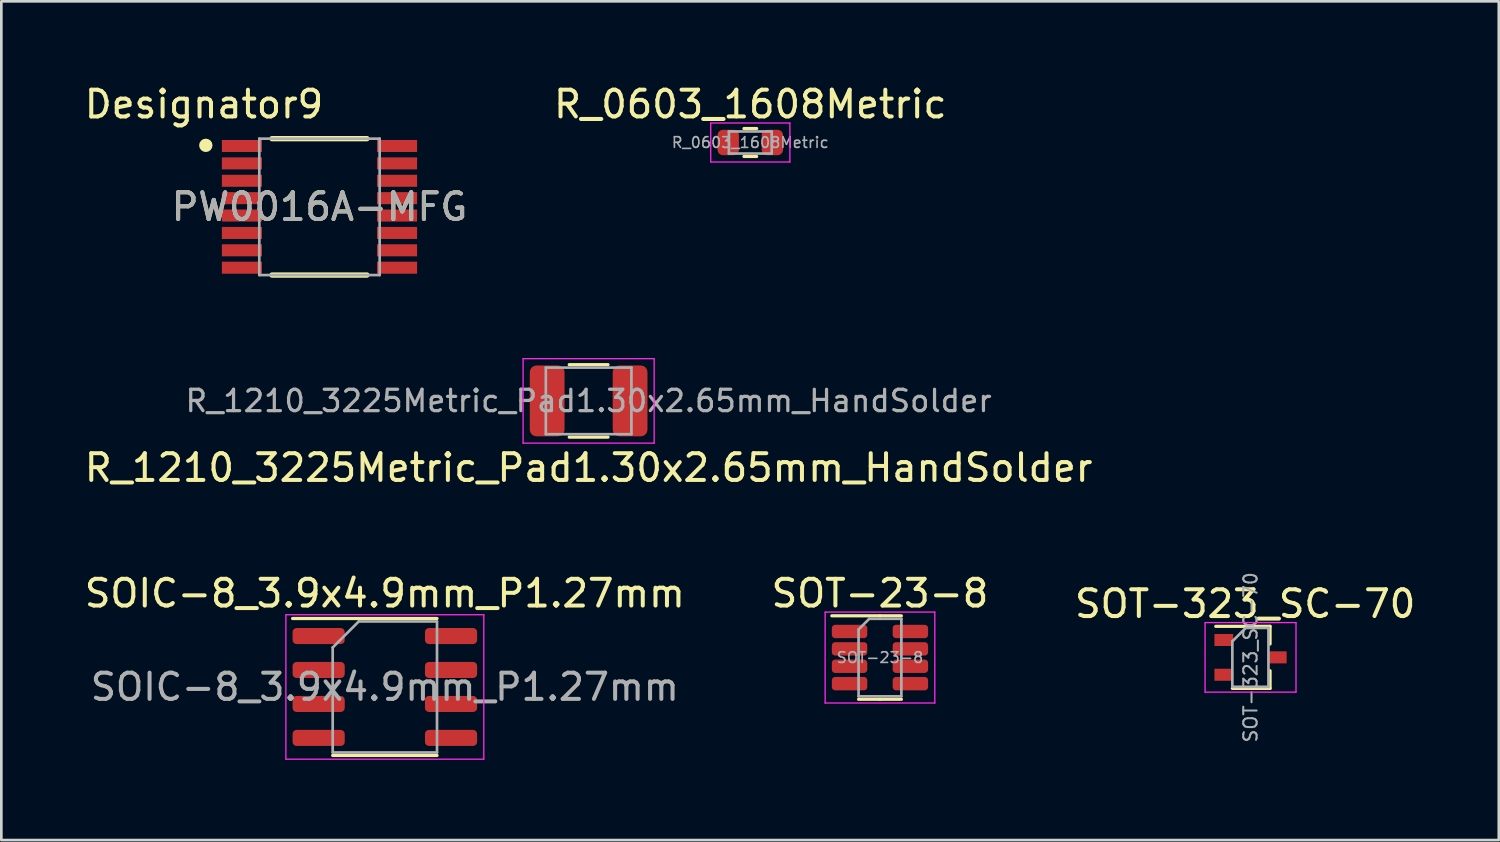
<source format=kicad_pcb>
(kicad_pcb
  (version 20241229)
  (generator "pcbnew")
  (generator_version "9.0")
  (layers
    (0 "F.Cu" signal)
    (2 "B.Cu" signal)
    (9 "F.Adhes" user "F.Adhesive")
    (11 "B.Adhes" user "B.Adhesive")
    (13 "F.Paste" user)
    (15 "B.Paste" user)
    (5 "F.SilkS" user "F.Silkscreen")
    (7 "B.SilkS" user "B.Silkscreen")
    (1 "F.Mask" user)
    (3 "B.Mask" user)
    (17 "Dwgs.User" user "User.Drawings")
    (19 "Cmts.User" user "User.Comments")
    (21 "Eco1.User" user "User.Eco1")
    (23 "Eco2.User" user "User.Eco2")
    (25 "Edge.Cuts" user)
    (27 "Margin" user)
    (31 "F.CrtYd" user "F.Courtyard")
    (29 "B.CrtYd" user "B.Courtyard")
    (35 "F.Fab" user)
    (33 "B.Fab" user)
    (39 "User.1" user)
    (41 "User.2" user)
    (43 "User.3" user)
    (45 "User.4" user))
  (footprint "PW0016A-MFG"
    (layer "F.Cu")
    (at 8.895 4.684)
    (property "Reference" "PW0016A-MFG" (at 0 0 0) (unlocked yes) (layer "F.SilkS") (effects (font (size 1 1) (thickness 0.15))))
    (attr smd)
    (fp_line (start -1.775 -2.55) (end 1.775 -2.55) (stroke (width 0.2) (type solid)) (layer "F.SilkS"))
    (fp_line (start -1.775 2.55) (end 1.775 2.55) (stroke (width 0.2) (type solid)) (layer "F.SilkS"))
    (fp_circle (center -4.25 -2.3) (end -4.125 -2.3) (stroke (width 0.25) (type solid)) (fill no) (layer "F.SilkS"))
    (fp_line (start -2.25 -2.55) (end 2.25 -2.55) (stroke (width 0.1) (type solid)) (layer "F.Fab"))
    (fp_line (start -2.25 2.55) (end -2.25 -2.55) (stroke (width 0.1) (type solid)) (layer "F.Fab"))
    (fp_line (start -2.25 2.55) (end 2.25 2.55) (stroke (width 0.1) (type solid)) (layer "F.Fab"))
    (fp_line (start 2.25 2.55) (end 2.25 -2.55) (stroke (width 0.1) (type solid)) (layer "F.Fab"))
    (fp_text user "Designator9" (at -4.318 -3.835 0) (unlocked yes) (layer "F.SilkS") (effects (font (size 1 1) (thickness 0.15))))
    (fp_text user "${REFERENCE}" (at 0 0 0) (unlocked yes) (layer "F.Fab") (effects (font (size 1 1) (thickness 0.15))))
    (pad "1" smd rect (at -2.9 -2.275) (size 1.5 0.45) (layers "F.Cu" "F.Mask" "F.Paste"))
    (pad "2" smd rect (at -2.9 -1.625) (size 1.5 0.45) (layers "F.Cu" "F.Mask" "F.Paste"))
    (pad "3" smd rect (at -2.9 -0.975) (size 1.5 0.45) (layers "F.Cu" "F.Mask" "F.Paste"))
    (pad "4" smd rect (at -2.9 -0.325) (size 1.5 0.45) (layers "F.Cu" "F.Mask" "F.Paste"))
    (pad "5" smd rect (at -2.9 0.325) (size 1.5 0.45) (layers "F.Cu" "F.Mask" "F.Paste"))
    (pad "6" smd rect (at -2.9 0.975) (size 1.5 0.45) (layers "F.Cu" "F.Mask" "F.Paste"))
    (pad "7" smd rect (at -2.9 1.625) (size 1.5 0.45) (layers "F.Cu" "F.Mask" "F.Paste"))
    (pad "8" smd rect (at -2.9 2.275) (size 1.5 0.45) (layers "F.Cu" "F.Mask" "F.Paste"))
    (pad "9" smd rect (at 2.9 2.275) (size 1.5 0.45) (layers "F.Cu" "F.Mask" "F.Paste"))
    (pad "10" smd rect (at 2.9 1.625) (size 1.5 0.45) (layers "F.Cu" "F.Mask" "F.Paste"))
    (pad "11" smd rect (at 2.9 0.975) (size 1.5 0.45) (layers "F.Cu" "F.Mask" "F.Paste"))
    (pad "12" smd rect (at 2.9 0.325) (size 1.5 0.45) (layers "F.Cu" "F.Mask" "F.Paste"))
    (pad "13" smd rect (at 2.9 -0.325) (size 1.5 0.45) (layers "F.Cu" "F.Mask" "F.Paste"))
    (pad "14" smd rect (at 2.9 -0.975) (size 1.5 0.45) (layers "F.Cu" "F.Mask" "F.Paste"))
    (pad "15" smd rect (at 2.9 -1.625) (size 1.5 0.45) (layers "F.Cu" "F.Mask" "F.Paste"))
    (pad "16" smd rect (at 2.9 -2.275) (size 1.5 0.45) (layers "F.Cu" "F.Mask" "F.Paste")))
  (footprint "SOT-23-8"
    (layer "F.Cu")
    (at 29.851 21.535)
    (property "Reference" "SOT-23-8" (at 0 -2.4 180) (layer "F.SilkS") (effects (font (size 1 1) (thickness 0.15))))
    (attr smd)
    (fp_line (start 0 -1.56) (end -1.8 -1.56) (stroke (width 0.12) (type solid)) (layer "F.SilkS"))
    (fp_line (start 0 -1.56) (end 0.8 -1.56) (stroke (width 0.12) (type solid)) (layer "F.SilkS"))
    (fp_line (start 0 1.56) (end -0.8 1.56) (stroke (width 0.12) (type solid)) (layer "F.SilkS"))
    (fp_line (start 0 1.56) (end 0.8 1.56) (stroke (width 0.12) (type solid)) (layer "F.SilkS"))
    (fp_line (start -2.05 -1.7) (end -2.05 1.7) (stroke (width 0.05) (type solid)) (layer "F.CrtYd"))
    (fp_line (start -2.05 1.7) (end 2.05 1.7) (stroke (width 0.05) (type solid)) (layer "F.CrtYd"))
    (fp_line (start 2.05 -1.7) (end -2.05 -1.7) (stroke (width 0.05) (type solid)) (layer "F.CrtYd"))
    (fp_line (start 2.05 1.7) (end 2.05 -1.7) (stroke (width 0.05) (type solid)) (layer "F.CrtYd"))
    (fp_line (start -0.8 -1.05) (end -0.4 -1.45) (stroke (width 0.1) (type solid)) (layer "F.Fab"))
    (fp_line (start -0.8 1.45) (end -0.8 -1.05) (stroke (width 0.1) (type solid)) (layer "F.Fab"))
    (fp_line (start -0.4 -1.45) (end 0.8 -1.45) (stroke (width 0.1) (type solid)) (layer "F.Fab"))
    (fp_line (start 0.8 -1.45) (end 0.8 1.45) (stroke (width 0.1) (type solid)) (layer "F.Fab"))
    (fp_line (start 0.8 1.45) (end -0.8 1.45) (stroke (width 0.1) (type solid)) (layer "F.Fab"))
    (fp_text user "${REFERENCE}" (at 0 0 180) (layer "F.Fab") (effects (font (size 0.4 0.4) (thickness 0.06))))
    (pad "1" smd roundrect (at -1.137 -0.975) (size 1.325 0.5) (layers "F.Cu" "F.Mask" "F.Paste") (roundrect_rratio 0.25))
    (pad "2" smd roundrect (at -1.137 -0.325) (size 1.325 0.5) (layers "F.Cu" "F.Mask" "F.Paste") (roundrect_rratio 0.25))
    (pad "3" smd roundrect (at -1.137 0.325) (size 1.325 0.5) (layers "F.Cu" "F.Mask" "F.Paste") (roundrect_rratio 0.25))
    (pad "4" smd roundrect (at -1.137 0.975) (size 1.325 0.5) (layers "F.Cu" "F.Mask" "F.Paste") (roundrect_rratio 0.25))
    (pad "5" smd roundrect (at 1.137 0.975) (size 1.325 0.5) (layers "F.Cu" "F.Mask" "F.Paste") (roundrect_rratio 0.25))
    (pad "6" smd roundrect (at 1.137 0.325) (size 1.325 0.5) (layers "F.Cu" "F.Mask" "F.Paste") (roundrect_rratio 0.25))
    (pad "7" smd roundrect (at 1.137 -0.325) (size 1.325 0.5) (layers "F.Cu" "F.Mask" "F.Paste") (roundrect_rratio 0.25))
    (pad "8" smd roundrect (at 1.137 -0.975) (size 1.325 0.5) (layers "F.Cu" "F.Mask" "F.Paste") (roundrect_rratio 0.25)))
  (footprint "R_0603_1608Metric"
    (layer "F.Cu")
    (at 25.003 2.278)
    (property "Reference" "R_0603_1608Metric" (at 0 -1.43 0) (layer "F.SilkS") (effects (font (size 1 1) (thickness 0.15))))
    (attr smd)
    (fp_line (start -0.237 -0.522) (end 0.237 -0.522) (stroke (width 0.12) (type solid)) (layer "F.SilkS"))
    (fp_line (start -0.237 0.522) (end 0.237 0.522) (stroke (width 0.12) (type solid)) (layer "F.SilkS"))
    (fp_line (start -1.48 -0.73) (end 1.48 -0.73) (stroke (width 0.05) (type solid)) (layer "F.CrtYd"))
    (fp_line (start -1.48 0.73) (end -1.48 -0.73) (stroke (width 0.05) (type solid)) (layer "F.CrtYd"))
    (fp_line (start 1.48 -0.73) (end 1.48 0.73) (stroke (width 0.05) (type solid)) (layer "F.CrtYd"))
    (fp_line (start 1.48 0.73) (end -1.48 0.73) (stroke (width 0.05) (type solid)) (layer "F.CrtYd"))
    (fp_line (start -0.8 -0.412) (end 0.8 -0.412) (stroke (width 0.1) (type solid)) (layer "F.Fab"))
    (fp_line (start -0.8 0.412) (end -0.8 -0.412) (stroke (width 0.1) (type solid)) (layer "F.Fab"))
    (fp_line (start 0.8 -0.412) (end 0.8 0.412) (stroke (width 0.1) (type solid)) (layer "F.Fab"))
    (fp_line (start 0.8 0.412) (end -0.8 0.412) (stroke (width 0.1) (type solid)) (layer "F.Fab"))
    (fp_text user "${REFERENCE}" (at 0 0 0) (layer "F.Fab") (effects (font (size 0.4 0.4) (thickness 0.06))))
    (pad "1" smd roundrect (at -0.825 0 180) (size 0.8 0.95) (layers "F.Cu" "F.Mask" "F.Paste") (roundrect_rratio 0.25))
    (pad "2" smd roundrect (at 0.825 0 180) (size 0.8 0.95) (layers "F.Cu" "F.Mask" "F.Paste") (roundrect_rratio 0.25)))
  (footprint "SOT-323_SC-70"
    (layer "F.Cu")
    (at 43.706 21.528)
    (property "Reference" "SOT-323_SC-70" (at -0.2 -2 0) (layer "F.SilkS") (effects (font (size 1 1) (thickness 0.15))))
    (attr smd)
    (fp_line (start -0.68 1.16) (end 0.73 1.16) (stroke (width 0.12) (type solid)) (layer "F.SilkS"))
    (fp_line (start 0.73 -1.16) (end -1.3 -1.16) (stroke (width 0.12) (type solid)) (layer "F.SilkS"))
    (fp_line (start 0.73 -1.16) (end 0.73 -0.5) (stroke (width 0.12) (type solid)) (layer "F.SilkS"))
    (fp_line (start 0.73 0.5) (end 0.73 1.16) (stroke (width 0.12) (type solid)) (layer "F.SilkS"))
    (fp_line (start -1.7 -1.3) (end 1.7 -1.3) (stroke (width 0.05) (type solid)) (layer "F.CrtYd"))
    (fp_line (start -1.7 1.3) (end -1.7 -1.3) (stroke (width 0.05) (type solid)) (layer "F.CrtYd"))
    (fp_line (start 1.7 -1.3) (end 1.7 1.3) (stroke (width 0.05) (type solid)) (layer "F.CrtYd"))
    (fp_line (start 1.7 1.3) (end -1.7 1.3) (stroke (width 0.05) (type solid)) (layer "F.CrtYd"))
    (fp_line (start -0.68 -0.6) (end -0.68 1.1) (stroke (width 0.1) (type solid)) (layer "F.Fab"))
    (fp_line (start -0.18 -1.1) (end -0.68 -0.6) (stroke (width 0.1) (type solid)) (layer "F.Fab"))
    (fp_line (start 0.67 -1.1) (end -0.18 -1.1) (stroke (width 0.1) (type solid)) (layer "F.Fab"))
    (fp_line (start 0.67 -1.1) (end 0.67 1.1) (stroke (width 0.1) (type solid)) (layer "F.Fab"))
    (fp_line (start 0.67 1.1) (end -0.68 1.1) (stroke (width 0.1) (type solid)) (layer "F.Fab"))
    (fp_text user "${REFERENCE}" (at 0 0 270) (layer "F.Fab") (effects (font (size 0.5 0.5) (thickness 0.075))))
    (pad "1" smd rect (at -1 -0.65 270) (size 0.45 0.7) (layers "F.Cu" "F.Mask" "F.Paste"))
    (pad "2" smd rect (at -1 0.65 270) (size 0.45 0.7) (layers "F.Cu" "F.Mask" "F.Paste"))
    (pad "3" smd rect (at 1 0 270) (size 0.45 0.7) (layers "F.Cu" "F.Mask" "F.Paste")))
  (footprint "SOIC-8_3.9x4.9mm_P1.27mm"
    (layer "F.Cu")
    (at 11.339 22.635)
    (property "Reference" "SOIC-8_3.9x4.9mm_P1.27mm" (at 0 -3.5 0) (layer "F.SilkS") (effects (font (size 1 1) (thickness 0.15))))
    (attr smd)
    (fp_line (start 0 -2.56) (end -3.45 -2.56) (stroke (width 0.12) (type solid)) (layer "F.SilkS"))
    (fp_line (start 0 -2.56) (end 1.95 -2.56) (stroke (width 0.12) (type solid)) (layer "F.SilkS"))
    (fp_line (start 0 2.56) (end -1.95 2.56) (stroke (width 0.12) (type solid)) (layer "F.SilkS"))
    (fp_line (start 0 2.56) (end 1.95 2.56) (stroke (width 0.12) (type solid)) (layer "F.SilkS"))
    (fp_line (start -3.7 -2.7) (end -3.7 2.7) (stroke (width 0.05) (type solid)) (layer "F.CrtYd"))
    (fp_line (start -3.7 2.7) (end 3.7 2.7) (stroke (width 0.05) (type solid)) (layer "F.CrtYd"))
    (fp_line (start 3.7 -2.7) (end -3.7 -2.7) (stroke (width 0.05) (type solid)) (layer "F.CrtYd"))
    (fp_line (start 3.7 2.7) (end 3.7 -2.7) (stroke (width 0.05) (type solid)) (layer "F.CrtYd"))
    (fp_line (start -1.95 -1.475) (end -0.975 -2.45) (stroke (width 0.1) (type solid)) (layer "F.Fab"))
    (fp_line (start -1.95 2.45) (end -1.95 -1.475) (stroke (width 0.1) (type solid)) (layer "F.Fab"))
    (fp_line (start -0.975 -2.45) (end 1.95 -2.45) (stroke (width 0.1) (type solid)) (layer "F.Fab"))
    (fp_line (start 1.95 -2.45) (end 1.95 2.45) (stroke (width 0.1) (type solid)) (layer "F.Fab"))
    (fp_line (start 1.95 2.45) (end -1.95 2.45) (stroke (width 0.1) (type solid)) (layer "F.Fab"))
    (fp_text user "${REFERENCE}" (at 0 0 0) (layer "F.Fab") (effects (font (size 0.98 0.98) (thickness 0.15))))
    (pad "1" smd roundrect (at -2.475 -1.905) (size 1.95 0.6) (layers "F.Cu" "F.Mask" "F.Paste") (roundrect_rratio 0.25))
    (pad "2" smd roundrect (at -2.475 -0.635) (size 1.95 0.6) (layers "F.Cu" "F.Mask" "F.Paste") (roundrect_rratio 0.25))
    (pad "3" smd roundrect (at -2.475 0.635) (size 1.95 0.6) (layers "F.Cu" "F.Mask" "F.Paste") (roundrect_rratio 0.25))
    (pad "4" smd roundrect (at -2.475 1.905) (size 1.95 0.6) (layers "F.Cu" "F.Mask" "F.Paste") (roundrect_rratio 0.25))
    (pad "5" smd roundrect (at 2.475 1.905) (size 1.95 0.6) (layers "F.Cu" "F.Mask" "F.Paste") (roundrect_rratio 0.25))
    (pad "6" smd roundrect (at 2.475 0.635) (size 1.95 0.6) (layers "F.Cu" "F.Mask" "F.Paste") (roundrect_rratio 0.25))
    (pad "7" smd roundrect (at 2.475 -0.635) (size 1.95 0.6) (layers "F.Cu" "F.Mask" "F.Paste") (roundrect_rratio 0.25))
    (pad "8" smd roundrect (at 2.475 -1.905) (size 1.95 0.6) (layers "F.Cu" "F.Mask" "F.Paste") (roundrect_rratio 0.25)))
  (footprint "R_1210_3225Metric_Pad1.30x2.65mm_HandSolder"
    (layer "F.Cu")
    (at 18.958 11.939)
    (property "Reference" "R_1210_3225Metric_Pad1.30x2.65mm_HandSolder" (at 0 2.5 180) (layer "F.SilkS") (effects (font (size 1 1) (thickness 0.15))))
    (attr smd)
    (fp_line (start -0.724 -1.355) (end 0.724 -1.355) (stroke (width 0.12) (type solid)) (layer "F.SilkS"))
    (fp_line (start -0.724 1.355) (end 0.724 1.355) (stroke (width 0.12) (type solid)) (layer "F.SilkS"))
    (fp_line (start -2.45 -1.58) (end 2.45 -1.58) (stroke (width 0.05) (type solid)) (layer "F.CrtYd"))
    (fp_line (start -2.45 1.58) (end -2.45 -1.58) (stroke (width 0.05) (type solid)) (layer "F.CrtYd"))
    (fp_line (start 2.45 -1.58) (end 2.45 1.58) (stroke (width 0.05) (type solid)) (layer "F.CrtYd"))
    (fp_line (start 2.45 1.58) (end -2.45 1.58) (stroke (width 0.05) (type solid)) (layer "F.CrtYd"))
    (fp_line (start -1.6 -1.245) (end 1.6 -1.245) (stroke (width 0.1) (type solid)) (layer "F.Fab"))
    (fp_line (start -1.6 1.245) (end -1.6 -1.245) (stroke (width 0.1) (type solid)) (layer "F.Fab"))
    (fp_line (start 1.6 -1.245) (end 1.6 1.245) (stroke (width 0.1) (type solid)) (layer "F.Fab"))
    (fp_line (start 1.6 1.245) (end -1.6 1.245) (stroke (width 0.1) (type solid)) (layer "F.Fab"))
    (fp_text user "${REFERENCE}" (at 0 0 180) (layer "F.Fab") (effects (font (size 0.8 0.8) (thickness 0.12))))
    (pad "1" smd roundrect (at -1.55 0) (size 1.3 2.65) (layers "F.Cu" "F.Mask" "F.Paste") (roundrect_rratio 0.192))
    (pad "2" smd roundrect (at 1.55 0) (size 1.3 2.65) (layers "F.Cu" "F.Mask" "F.Paste") (roundrect_rratio 0.192)))
  (gr_rect
    (start -3 -3)
    (end 52.988 28.36)
    (stroke (width 0.1) (type default))
    (fill no)
    (layer "Edge.Cuts")))
</source>
